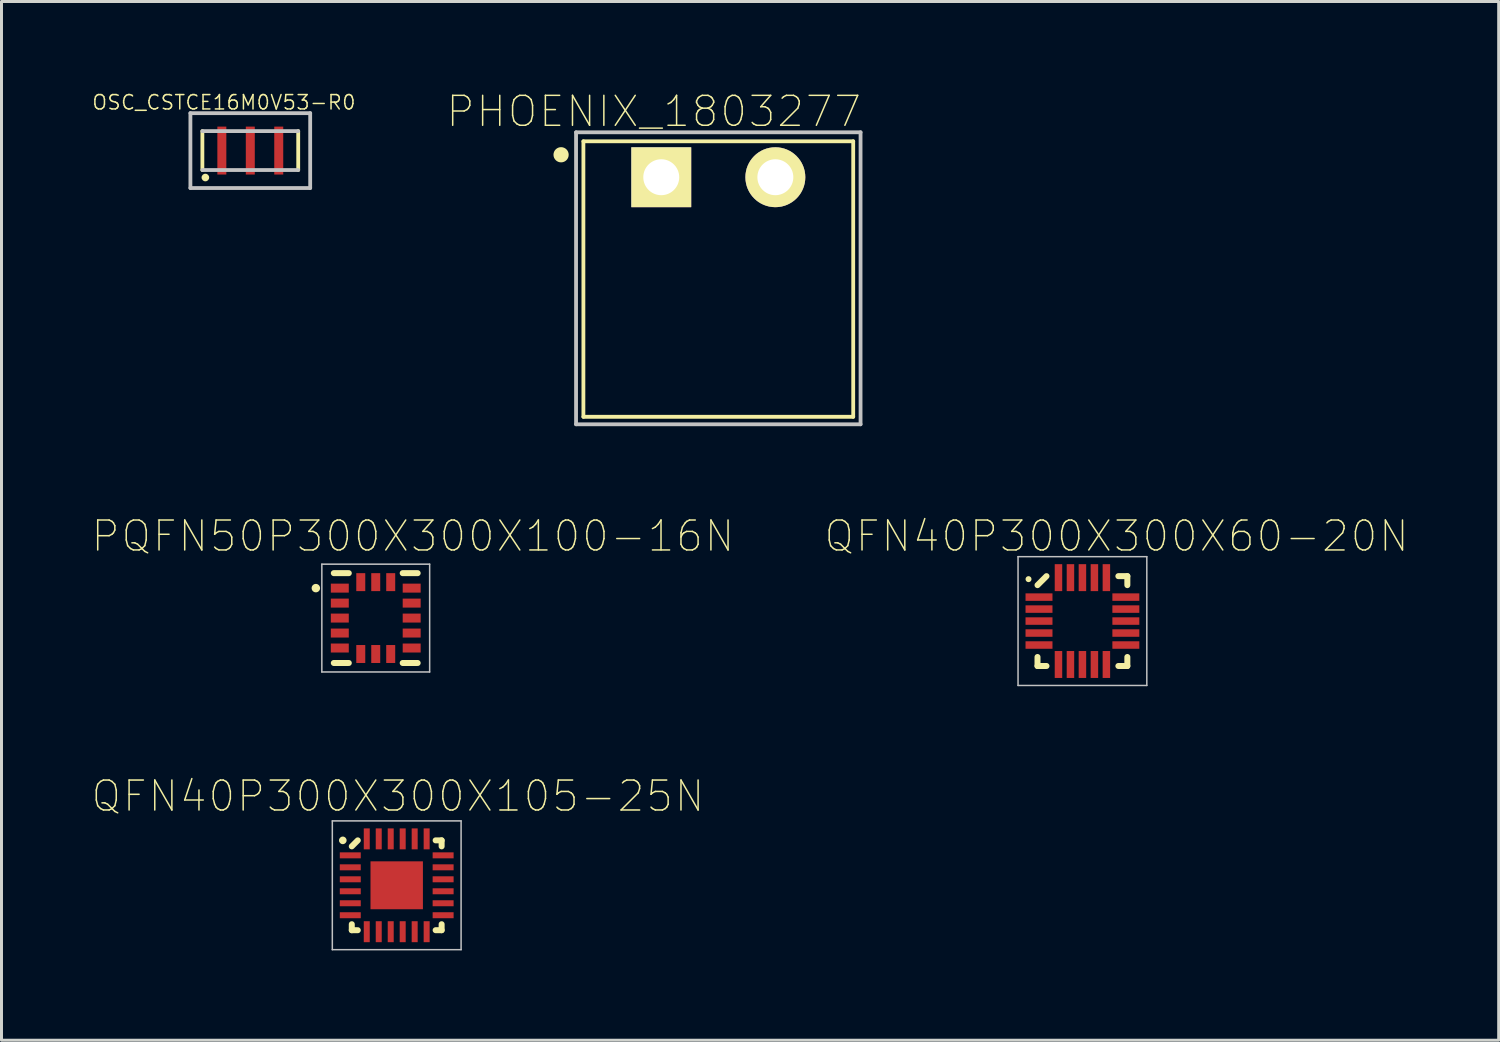
<source format=kicad_pcb>
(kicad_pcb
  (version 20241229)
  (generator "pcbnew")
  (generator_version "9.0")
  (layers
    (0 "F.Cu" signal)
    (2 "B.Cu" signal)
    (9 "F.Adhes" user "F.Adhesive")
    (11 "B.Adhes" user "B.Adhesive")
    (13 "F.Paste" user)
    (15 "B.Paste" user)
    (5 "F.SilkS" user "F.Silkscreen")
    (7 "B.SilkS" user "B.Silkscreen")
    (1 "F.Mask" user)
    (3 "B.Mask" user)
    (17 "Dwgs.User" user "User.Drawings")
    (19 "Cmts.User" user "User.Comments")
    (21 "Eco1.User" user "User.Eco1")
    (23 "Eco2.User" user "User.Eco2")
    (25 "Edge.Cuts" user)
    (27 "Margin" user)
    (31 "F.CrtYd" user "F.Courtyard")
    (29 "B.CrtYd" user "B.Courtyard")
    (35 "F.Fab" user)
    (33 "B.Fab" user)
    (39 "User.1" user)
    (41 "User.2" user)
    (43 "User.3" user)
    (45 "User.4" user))
  (footprint "QFN40P300X300X105-25N"
    (layer "F.Cu")
    (at 10.197 26.512)
    (property "Reference" "QFN40P300X300X105-25N" (at 0.04 -2.975 0) (layer "F.SilkS") (effects (font (size 1 1) (thickness 0.05))))
    (attr smd)
    (fp_line (start -1.5 -1.3) (end -1.3 -1.5) (stroke (width 0.2) (type solid)) (layer "F.SilkS"))
    (fp_line (start -1.5 1.5) (end -1.5 1.3) (stroke (width 0.2) (type solid)) (layer "F.SilkS"))
    (fp_line (start -1.3 1.5) (end -1.5 1.5) (stroke (width 0.2) (type solid)) (layer "F.SilkS"))
    (fp_line (start 1.3 -1.5) (end 1.5 -1.5) (stroke (width 0.2) (type solid)) (layer "F.SilkS"))
    (fp_line (start 1.5 -1.5) (end 1.5 -1.3) (stroke (width 0.2) (type solid)) (layer "F.SilkS"))
    (fp_line (start 1.5 1.3) (end 1.5 1.5) (stroke (width 0.2) (type solid)) (layer "F.SilkS"))
    (fp_line (start 1.5 1.5) (end 1.3 1.5) (stroke (width 0.2) (type solid)) (layer "F.SilkS"))
    (fp_circle (center -1.8 -1.5) (end -1.673 -1.5) (stroke (width 0) (type solid)) (fill yes) (layer "F.SilkS"))
    (fp_poly (pts (xy -0.575 -0.475) (xy 0.575 -0.475) (xy 0.575 0.475) (xy -0.575 0.475)) (stroke (width 0.381) (type solid)) (fill yes) (layer "F.Paste"))
    (fp_line (start -2.15 -2.15) (end 2.15 -2.15) (stroke (width 0.05) (type solid)) (layer "Dwgs.User"))
    (fp_line (start -2.15 2.15) (end -2.15 -2.15) (stroke (width 0.05) (type solid)) (layer "Dwgs.User"))
    (fp_line (start 2.15 -2.15) (end 2.15 2.15) (stroke (width 0.05) (type solid)) (layer "Dwgs.User"))
    (fp_line (start 2.15 2.15) (end -2.15 2.15) (stroke (width 0.05) (type solid)) (layer "Dwgs.User"))
    (pad "1" smd rect (at -1.55 -1) (size 0.7 0.2) (layers "F.Cu" "F.Mask" "F.Paste"))
    (pad "2" smd rect (at -1.55 -0.6) (size 0.7 0.2) (layers "F.Cu" "F.Mask" "F.Paste"))
    (pad "3" smd rect (at -1.55 -0.2) (size 0.7 0.2) (layers "F.Cu" "F.Mask" "F.Paste"))
    (pad "4" smd rect (at -1.55 0.2) (size 0.7 0.2) (layers "F.Cu" "F.Mask" "F.Paste"))
    (pad "5" smd rect (at -1.55 0.6) (size 0.7 0.2) (layers "F.Cu" "F.Mask" "F.Paste"))
    (pad "6" smd rect (at -1.55 1) (size 0.7 0.2) (layers "F.Cu" "F.Mask" "F.Paste"))
    (pad "7" smd rect (at -1 1.55 90) (size 0.7 0.2) (layers "F.Cu" "F.Mask" "F.Paste"))
    (pad "8" smd rect (at -0.6 1.55 90) (size 0.7 0.2) (layers "F.Cu" "F.Mask" "F.Paste"))
    (pad "9" smd rect (at -0.2 1.55 90) (size 0.7 0.2) (layers "F.Cu" "F.Mask" "F.Paste"))
    (pad "10" smd rect (at 0.2 1.55 90) (size 0.7 0.2) (layers "F.Cu" "F.Mask" "F.Paste"))
    (pad "11" smd rect (at 0.6 1.55 90) (size 0.7 0.2) (layers "F.Cu" "F.Mask" "F.Paste"))
    (pad "12" smd rect (at 1 1.55 90) (size 0.7 0.2) (layers "F.Cu" "F.Mask" "F.Paste"))
    (pad "13" smd rect (at 1.55 1 180) (size 0.7 0.2) (layers "F.Cu" "F.Mask" "F.Paste"))
    (pad "14" smd rect (at 1.55 0.6 180) (size 0.7 0.2) (layers "F.Cu" "F.Mask" "F.Paste"))
    (pad "15" smd rect (at 1.55 0.2 180) (size 0.7 0.2) (layers "F.Cu" "F.Mask" "F.Paste"))
    (pad "16" smd rect (at 1.55 -0.2 180) (size 0.7 0.2) (layers "F.Cu" "F.Mask" "F.Paste"))
    (pad "17" smd rect (at 1.55 -0.6 180) (size 0.7 0.2) (layers "F.Cu" "F.Mask" "F.Paste"))
    (pad "18" smd rect (at 1.55 -1 180) (size 0.7 0.2) (layers "F.Cu" "F.Mask" "F.Paste"))
    (pad "19" smd rect (at 1 -1.55 270) (size 0.7 0.2) (layers "F.Cu" "F.Mask" "F.Paste"))
    (pad "20" smd rect (at 0.6 -1.55 270) (size 0.7 0.2) (layers "F.Cu" "F.Mask" "F.Paste"))
    (pad "21" smd rect (at 0.2 -1.55 270) (size 0.7 0.2) (layers "F.Cu" "F.Mask" "F.Paste"))
    (pad "22" smd rect (at -0.2 -1.55 270) (size 0.7 0.2) (layers "F.Cu" "F.Mask" "F.Paste"))
    (pad "23" smd rect (at -0.6 -1.55 270) (size 0.7 0.2) (layers "F.Cu" "F.Mask" "F.Paste"))
    (pad "24" smd rect (at -1 -1.55 270) (size 0.7 0.2) (layers "F.Cu" "F.Mask" "F.Paste"))
    (pad "25" smd rect (at 0 0) (size 1.75 1.6) (layers "F.Cu" "F.Mask" "F.Paste")))
  (footprint "PHOENIX_1803277"
    (layer "F.Cu")
    (at 20.936 2.868)
    (property "Reference" "PHOENIX_1803277" (at -2.155 -2.195 0) (layer "F.SilkS") (effects (font (size 1 1) (thickness 0.05))))
    (attr through_hole)
    (fp_line (start -4.505 -1.2) (end 4.505 -1.2) (stroke (width 0.127) (type solid)) (layer "F.SilkS"))
    (fp_line (start -4.505 8) (end -4.505 -1.2) (stroke (width 0.127) (type solid)) (layer "F.SilkS"))
    (fp_line (start 4.505 -1.2) (end 4.505 8) (stroke (width 0.127) (type solid)) (layer "F.SilkS"))
    (fp_line (start 4.505 8) (end -4.505 8) (stroke (width 0.127) (type solid)) (layer "F.SilkS"))
    (fp_circle (center -5.25 -0.75) (end -4.996 -0.75) (stroke (width 0) (type solid)) (fill yes) (layer "F.SilkS"))
    (fp_line (start -4.75 -1.5) (end 4.75 -1.5) (stroke (width 0.127) (type solid)) (layer "Dwgs.User"))
    (fp_line (start -4.75 8.25) (end -4.75 -1.5) (stroke (width 0.127) (type solid)) (layer "Dwgs.User"))
    (fp_line (start 4.75 -1.5) (end 4.75 8.25) (stroke (width 0.127) (type solid)) (layer "Dwgs.User"))
    (fp_line (start 4.75 8.25) (end -4.75 8.25) (stroke (width 0.127) (type solid)) (layer "Dwgs.User"))
    (pad "1" thru_hole rect (at -1.905 0) (size 2 2) (drill 1.2) (layers "*.Cu" "*.Mask" "F.SilkS"))
    (pad "2" thru_hole circle (at 1.905 0) (size 2 2) (drill 1.2) (layers "*.Cu" "*.Mask" "F.SilkS")))
  (footprint "PQFN50P300X300X100-16N"
    (layer "F.Cu")
    (at 9.497 17.589)
    (property "Reference" "PQFN50P300X300X100-16N" (at 1.24 -2.735 0) (layer "F.SilkS") (effects (font (size 1 1) (thickness 0.05))))
    (attr smd)
    (fp_line (start -1.4 -1.5) (end -0.9 -1.5) (stroke (width 0.2) (type solid)) (layer "F.SilkS"))
    (fp_line (start -0.9 1.5) (end -1.4 1.5) (stroke (width 0.2) (type solid)) (layer "F.SilkS"))
    (fp_line (start 0.9 -1.5) (end 1.4 -1.5) (stroke (width 0.2) (type solid)) (layer "F.SilkS"))
    (fp_line (start 1.4 1.5) (end 0.9 1.5) (stroke (width 0.2) (type solid)) (layer "F.SilkS"))
    (fp_circle (center -2 -1) (end -1.859 -1) (stroke (width 0) (type solid)) (fill yes) (layer "F.SilkS"))
    (fp_line (start -1.8 -1.8) (end 1.8 -1.8) (stroke (width 0.05) (type solid)) (layer "Dwgs.User"))
    (fp_line (start -1.8 1.8) (end -1.8 -1.8) (stroke (width 0.05) (type solid)) (layer "Dwgs.User"))
    (fp_line (start 1.8 -1.8) (end 1.8 1.8) (stroke (width 0.05) (type solid)) (layer "Dwgs.User"))
    (fp_line (start 1.8 1.8) (end -1.8 1.8) (stroke (width 0.05) (type solid)) (layer "Dwgs.User"))
    (pad "1" smd rect (at -1.2 -1) (size 0.6 0.3) (layers "F.Cu" "F.Mask" "F.Paste"))
    (pad "2" smd rect (at -1.2 -0.5) (size 0.6 0.3) (layers "F.Cu" "F.Mask" "F.Paste"))
    (pad "3" smd rect (at -1.2 0) (size 0.6 0.3) (layers "F.Cu" "F.Mask" "F.Paste"))
    (pad "4" smd rect (at -1.2 0.5) (size 0.6 0.3) (layers "F.Cu" "F.Mask" "F.Paste"))
    (pad "5" smd rect (at -1.2 1) (size 0.6 0.3) (layers "F.Cu" "F.Mask" "F.Paste"))
    (pad "6" smd rect (at -0.5 1.2 90) (size 0.6 0.3) (layers "F.Cu" "F.Mask" "F.Paste"))
    (pad "7" smd rect (at 0 1.2 90) (size 0.6 0.3) (layers "F.Cu" "F.Mask" "F.Paste"))
    (pad "8" smd rect (at 0.5 1.2 90) (size 0.6 0.3) (layers "F.Cu" "F.Mask" "F.Paste"))
    (pad "9" smd rect (at 1.2 1 180) (size 0.6 0.3) (layers "F.Cu" "F.Mask" "F.Paste"))
    (pad "10" smd rect (at 1.2 0.5 180) (size 0.6 0.3) (layers "F.Cu" "F.Mask" "F.Paste"))
    (pad "11" smd rect (at 1.2 0 180) (size 0.6 0.3) (layers "F.Cu" "F.Mask" "F.Paste"))
    (pad "12" smd rect (at 1.2 -0.5 180) (size 0.6 0.3) (layers "F.Cu" "F.Mask" "F.Paste"))
    (pad "13" smd rect (at 1.2 -1 180) (size 0.6 0.3) (layers "F.Cu" "F.Mask" "F.Paste"))
    (pad "14" smd rect (at 0.5 -1.2 270) (size 0.6 0.3) (layers "F.Cu" "F.Mask" "F.Paste"))
    (pad "15" smd rect (at 0 -1.2 270) (size 0.6 0.3) (layers "F.Cu" "F.Mask" "F.Paste"))
    (pad "16" smd rect (at -0.5 -1.2 270) (size 0.6 0.3) (layers "F.Cu" "F.Mask" "F.Paste")))
  (footprint "QFN40P300X300X60-20N"
    (layer "F.Cu")
    (at 33.095 17.689)
    (property "Reference" "QFN40P300X300X60-20N" (at 1.14 -2.835 0) (layer "F.SilkS") (effects (font (size 1 1) (thickness 0.05))))
    (attr smd)
    (fp_line (start -1.5 -1.2) (end -1.2 -1.5) (stroke (width 0.2) (type solid)) (layer "F.SilkS"))
    (fp_line (start -1.5 1.5) (end -1.5 1.2) (stroke (width 0.2) (type solid)) (layer "F.SilkS"))
    (fp_line (start -1.2 1.5) (end -1.5 1.5) (stroke (width 0.2) (type solid)) (layer "F.SilkS"))
    (fp_line (start 1.2 -1.5) (end 1.5 -1.5) (stroke (width 0.2) (type solid)) (layer "F.SilkS"))
    (fp_line (start 1.5 -1.5) (end 1.5 -1.2) (stroke (width 0.2) (type solid)) (layer "F.SilkS"))
    (fp_line (start 1.5 1.2) (end 1.5 1.5) (stroke (width 0.2) (type solid)) (layer "F.SilkS"))
    (fp_line (start 1.5 1.5) (end 1.2 1.5) (stroke (width 0.2) (type solid)) (layer "F.SilkS"))
    (fp_circle (center -1.8 -1.4) (end -1.7 -1.4) (stroke (width 0) (type solid)) (fill yes) (layer "F.SilkS"))
    (fp_line (start -2.15 -2.15) (end 2.15 -2.15) (stroke (width 0.05) (type solid)) (layer "Dwgs.User"))
    (fp_line (start -2.15 2.15) (end -2.15 -2.15) (stroke (width 0.05) (type solid)) (layer "Dwgs.User"))
    (fp_line (start 2.15 -2.15) (end 2.15 2.15) (stroke (width 0.05) (type solid)) (layer "Dwgs.User"))
    (fp_line (start 2.15 2.15) (end -2.15 2.15) (stroke (width 0.05) (type solid)) (layer "Dwgs.User"))
    (pad "1" smd rect (at -1.45 -0.8) (size 0.9 0.25) (layers "F.Cu" "F.Mask" "F.Paste"))
    (pad "2" smd rect (at -1.45 -0.4) (size 0.9 0.25) (layers "F.Cu" "F.Mask" "F.Paste"))
    (pad "3" smd rect (at -1.45 0) (size 0.9 0.25) (layers "F.Cu" "F.Mask" "F.Paste"))
    (pad "4" smd rect (at -1.45 0.4) (size 0.9 0.25) (layers "F.Cu" "F.Mask" "F.Paste"))
    (pad "5" smd rect (at -1.45 0.8) (size 0.9 0.25) (layers "F.Cu" "F.Mask" "F.Paste"))
    (pad "6" smd rect (at -0.8 1.45 90) (size 0.9 0.25) (layers "F.Cu" "F.Mask" "F.Paste"))
    (pad "7" smd rect (at -0.4 1.45 90) (size 0.9 0.25) (layers "F.Cu" "F.Mask" "F.Paste"))
    (pad "8" smd rect (at 0 1.45 90) (size 0.9 0.25) (layers "F.Cu" "F.Mask" "F.Paste"))
    (pad "9" smd rect (at 0.4 1.45 90) (size 0.9 0.25) (layers "F.Cu" "F.Mask" "F.Paste"))
    (pad "10" smd rect (at 0.8 1.45 90) (size 0.9 0.25) (layers "F.Cu" "F.Mask" "F.Paste"))
    (pad "11" smd rect (at 1.45 0.8 180) (size 0.9 0.25) (layers "F.Cu" "F.Mask" "F.Paste"))
    (pad "12" smd rect (at 1.45 0.4 180) (size 0.9 0.25) (layers "F.Cu" "F.Mask" "F.Paste"))
    (pad "13" smd rect (at 1.45 0 180) (size 0.9 0.25) (layers "F.Cu" "F.Mask" "F.Paste"))
    (pad "14" smd rect (at 1.45 -0.4 180) (size 0.9 0.25) (layers "F.Cu" "F.Mask" "F.Paste"))
    (pad "15" smd rect (at 1.45 -0.8 180) (size 0.9 0.25) (layers "F.Cu" "F.Mask" "F.Paste"))
    (pad "16" smd rect (at 0.8 -1.45 270) (size 0.9 0.25) (layers "F.Cu" "F.Mask" "F.Paste"))
    (pad "17" smd rect (at 0.4 -1.45 270) (size 0.9 0.25) (layers "F.Cu" "F.Mask" "F.Paste"))
    (pad "18" smd rect (at 0 -1.45 270) (size 0.9 0.25) (layers "F.Cu" "F.Mask" "F.Paste"))
    (pad "19" smd rect (at -0.4 -1.45 270) (size 0.9 0.25) (layers "F.Cu" "F.Mask" "F.Paste"))
    (pad "20" smd rect (at -0.8 -1.45 270) (size 0.9 0.25) (layers "F.Cu" "F.Mask" "F.Paste")))
  (footprint "OSC_CSTCE16M0V53-R0"
    (layer "F.Cu")
    (at 5.308 1.978)
    (property "Reference" "OSC_CSTCE16M0V53-R0" (at -0.881 -1.61 0) (layer "F.SilkS") (effects (font (size 0.48 0.48) (thickness 0.05))))
    (attr smd)
    (fp_line (start -1.6 -0.65) (end -1.6 0.65) (stroke (width 0.127) (type solid)) (layer "F.SilkS"))
    (fp_line (start 1.6 0.65) (end 1.6 -0.65) (stroke (width 0.127) (type solid)) (layer "F.SilkS"))
    (fp_circle (center -1.5 0.9) (end -1.373 0.9) (stroke (width 0) (type solid)) (fill yes) (layer "F.SilkS"))
    (fp_line (start -2 -1.25) (end 2 -1.25) (stroke (width 0.127) (type solid)) (layer "Dwgs.User"))
    (fp_line (start -2 1.25) (end -2 -1.25) (stroke (width 0.127) (type solid)) (layer "Dwgs.User"))
    (fp_line (start -1.6 0.65) (end 1.6 0.65) (stroke (width 0.127) (type solid)) (layer "Dwgs.User"))
    (fp_line (start 1.6 -0.65) (end -1.6 -0.65) (stroke (width 0.127) (type solid)) (layer "Dwgs.User"))
    (fp_line (start 2 -1.25) (end 2 1.25) (stroke (width 0.127) (type solid)) (layer "Dwgs.User"))
    (fp_line (start 2 1.25) (end -2 1.25) (stroke (width 0.127) (type solid)) (layer "Dwgs.User"))
    (pad "1" smd rect (at -0.95 0 90) (size 1.6 0.3) (layers "F.Cu" "F.Mask" "F.Paste"))
    (pad "2" smd rect (at 0 0 90) (size 1.6 0.3) (layers "F.Cu" "F.Mask" "F.Paste"))
    (pad "3" smd rect (at 0.95 0 90) (size 1.6 0.3) (layers "F.Cu" "F.Mask" "F.Paste")))
  (gr_rect
    (start -3 -3)
    (end 46.995 31.687)
    (stroke (width 0.1) (type default))
    (fill no)
    (layer "Edge.Cuts")))
</source>
